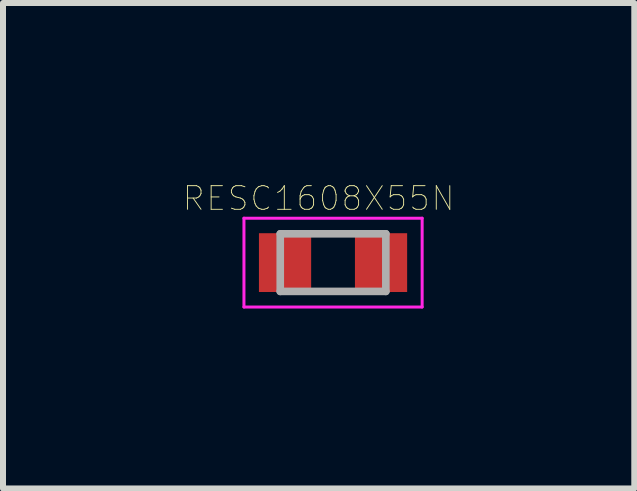
<source format=kicad_pcb>
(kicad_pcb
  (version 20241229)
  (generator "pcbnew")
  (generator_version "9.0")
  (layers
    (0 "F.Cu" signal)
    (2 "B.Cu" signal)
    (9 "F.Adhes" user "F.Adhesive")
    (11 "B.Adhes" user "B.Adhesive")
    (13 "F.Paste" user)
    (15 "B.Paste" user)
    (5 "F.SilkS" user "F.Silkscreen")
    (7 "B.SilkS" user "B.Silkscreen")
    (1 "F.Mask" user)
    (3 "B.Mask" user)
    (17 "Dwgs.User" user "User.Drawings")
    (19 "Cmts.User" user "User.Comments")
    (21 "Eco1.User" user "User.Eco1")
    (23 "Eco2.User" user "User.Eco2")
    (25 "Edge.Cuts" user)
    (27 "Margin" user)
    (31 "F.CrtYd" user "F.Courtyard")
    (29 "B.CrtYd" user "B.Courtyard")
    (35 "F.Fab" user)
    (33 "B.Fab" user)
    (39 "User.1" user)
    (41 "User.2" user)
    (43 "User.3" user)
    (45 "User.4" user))
  (footprint "RESC1608X55N"
    (layer "F.Cu")
    (at 2.501 1.327)
    (property "Reference" "RESC1608X55N" (at -0.24 -1.07 0) (layer "F.SilkS") (effects (font (size 0.394 0.394) (thickness 0.015))))
    (attr through_hole)
    (fp_line (start -1.485 -0.74) (end 1.485 -0.74) (stroke (width 0.05) (type solid)) (layer "F.CrtYd"))
    (fp_line (start -1.485 0.74) (end -1.485 -0.74) (stroke (width 0.05) (type solid)) (layer "F.CrtYd"))
    (fp_line (start -1.485 0.74) (end 1.485 0.74) (stroke (width 0.05) (type solid)) (layer "F.CrtYd"))
    (fp_line (start 1.485 0.74) (end 1.485 -0.74) (stroke (width 0.05) (type solid)) (layer "F.CrtYd"))
    (fp_line (start -0.88 0.48) (end -0.88 -0.48) (stroke (width 0.127) (type solid)) (layer "F.Fab"))
    (fp_line (start 0.88 -0.48) (end -0.88 -0.48) (stroke (width 0.127) (type solid)) (layer "F.Fab"))
    (fp_line (start 0.88 0.48) (end -0.88 0.48) (stroke (width 0.127) (type solid)) (layer "F.Fab"))
    (fp_line (start 0.88 0.48) (end 0.88 -0.48) (stroke (width 0.127) (type solid)) (layer "F.Fab"))
    (pad "1" smd rect (at -0.8 0) (size 0.87 0.98) (layers "F.Cu" "F.Mask" "F.Paste"))
    (pad "2" smd rect (at 0.8 0) (size 0.87 0.98) (layers "F.Cu" "F.Mask" "F.Paste")))
  (gr_rect
    (start -3 -3)
    (end 7.522 5.092)
    (stroke (width 0.1) (type default))
    (fill no)
    (layer "Edge.Cuts")))
</source>
